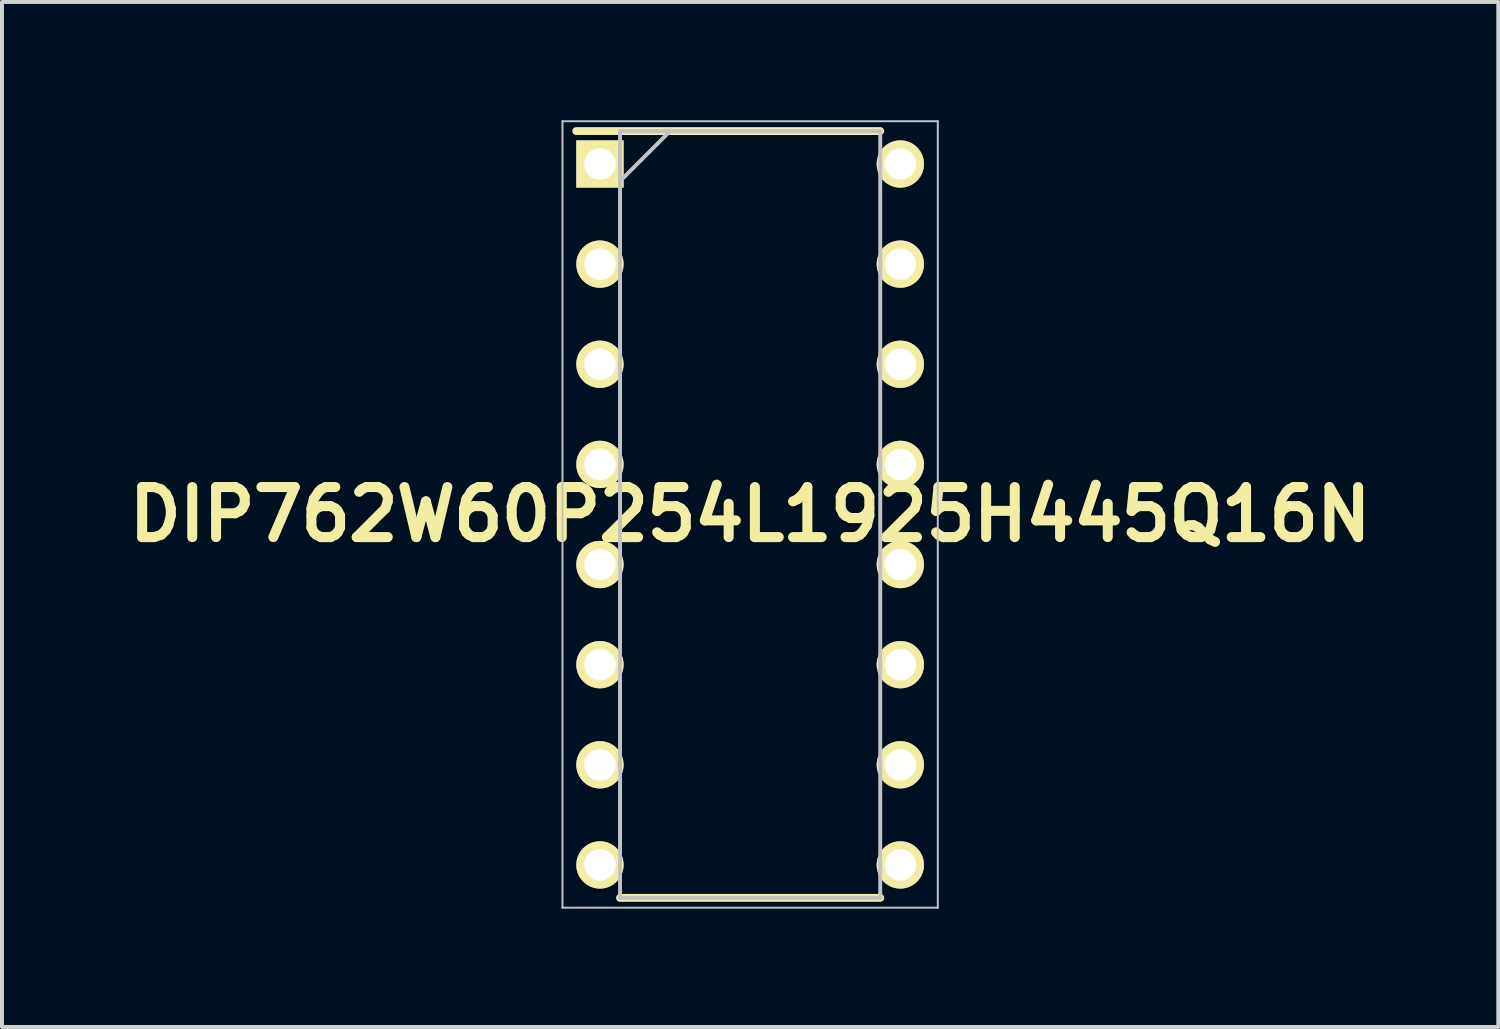
<source format=kicad_pcb>
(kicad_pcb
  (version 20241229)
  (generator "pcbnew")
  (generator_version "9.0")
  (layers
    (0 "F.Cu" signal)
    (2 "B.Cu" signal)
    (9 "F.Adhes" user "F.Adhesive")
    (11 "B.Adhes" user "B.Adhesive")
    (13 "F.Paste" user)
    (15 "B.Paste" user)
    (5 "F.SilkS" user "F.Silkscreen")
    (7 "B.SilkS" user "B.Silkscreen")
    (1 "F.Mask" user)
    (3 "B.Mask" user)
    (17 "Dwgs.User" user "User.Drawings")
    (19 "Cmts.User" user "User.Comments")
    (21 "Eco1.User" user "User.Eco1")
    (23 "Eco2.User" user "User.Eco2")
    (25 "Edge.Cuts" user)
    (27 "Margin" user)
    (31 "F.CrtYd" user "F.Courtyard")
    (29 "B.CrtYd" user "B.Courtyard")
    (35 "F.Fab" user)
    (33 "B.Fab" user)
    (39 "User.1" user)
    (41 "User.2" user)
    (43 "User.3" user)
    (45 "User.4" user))
  (footprint "DIP762W60P254L1925H445Q16N"
    (layer "F.Cu")
    (at 15.978 10)
    (property "Reference" "DIP762W60P254L1925H445Q16N" (at 0 0 0) (layer "F.SilkS") (effects (font (size 1.27 1.27) (thickness 0.254))))
    (attr through_hole)
    (fp_line (start -4.41 -9.725) (end 3.3 -9.725) (stroke (width 0.2) (type solid)) (layer "F.SilkS"))
    (fp_line (start -3.3 9.725) (end 3.3 9.725) (stroke (width 0.2) (type solid)) (layer "F.SilkS"))
    (fp_line (start -4.76 -9.975) (end 4.76 -9.975) (stroke (width 0.05) (type solid)) (layer "Dwgs.User"))
    (fp_line (start -4.76 9.975) (end -4.76 -9.975) (stroke (width 0.05) (type solid)) (layer "Dwgs.User"))
    (fp_line (start -3.3 -9.725) (end 3.3 -9.725) (stroke (width 0.1) (type solid)) (layer "Dwgs.User"))
    (fp_line (start -3.3 -8.455) (end -2.03 -9.725) (stroke (width 0.1) (type solid)) (layer "Dwgs.User"))
    (fp_line (start -3.3 9.725) (end -3.3 -9.725) (stroke (width 0.1) (type solid)) (layer "Dwgs.User"))
    (fp_line (start 3.3 -9.725) (end 3.3 9.725) (stroke (width 0.1) (type solid)) (layer "Dwgs.User"))
    (fp_line (start 3.3 9.725) (end -3.3 9.725) (stroke (width 0.1) (type solid)) (layer "Dwgs.User"))
    (fp_line (start 4.76 -9.975) (end 4.76 9.975) (stroke (width 0.05) (type solid)) (layer "Dwgs.User"))
    (fp_line (start 4.76 9.975) (end -4.76 9.975) (stroke (width 0.05) (type solid)) (layer "Dwgs.User"))
    (pad "1" thru_hole rect (at -3.81 -8.89 90) (size 1.2 1.2) (drill 0.8) (layers "*.Cu" "*.Mask" "F.SilkS"))
    (pad "2" thru_hole circle (at -3.81 -6.35 90) (size 1.2 1.2) (drill 0.8) (layers "*.Cu" "*.Mask" "F.SilkS"))
    (pad "3" thru_hole circle (at -3.81 -3.81 90) (size 1.2 1.2) (drill 0.8) (layers "*.Cu" "*.Mask" "F.SilkS"))
    (pad "4" thru_hole circle (at -3.81 -1.27 90) (size 1.2 1.2) (drill 0.8) (layers "*.Cu" "*.Mask" "F.SilkS"))
    (pad "5" thru_hole circle (at -3.81 1.27 90) (size 1.2 1.2) (drill 0.8) (layers "*.Cu" "*.Mask" "F.SilkS"))
    (pad "6" thru_hole circle (at -3.81 3.81 90) (size 1.2 1.2) (drill 0.8) (layers "*.Cu" "*.Mask" "F.SilkS"))
    (pad "7" thru_hole circle (at -3.81 6.35 90) (size 1.2 1.2) (drill 0.8) (layers "*.Cu" "*.Mask" "F.SilkS"))
    (pad "8" thru_hole circle (at -3.81 8.89 90) (size 1.2 1.2) (drill 0.8) (layers "*.Cu" "*.Mask" "F.SilkS"))
    (pad "9" thru_hole circle (at 3.81 8.89 90) (size 1.2 1.2) (drill 0.8) (layers "*.Cu" "*.Mask" "F.SilkS"))
    (pad "10" thru_hole circle (at 3.81 6.35 90) (size 1.2 1.2) (drill 0.8) (layers "*.Cu" "*.Mask" "F.SilkS"))
    (pad "11" thru_hole circle (at 3.81 3.81 90) (size 1.2 1.2) (drill 0.8) (layers "*.Cu" "*.Mask" "F.SilkS"))
    (pad "12" thru_hole circle (at 3.81 1.27 90) (size 1.2 1.2) (drill 0.8) (layers "*.Cu" "*.Mask" "F.SilkS"))
    (pad "13" thru_hole circle (at 3.81 -1.27 90) (size 1.2 1.2) (drill 0.8) (layers "*.Cu" "*.Mask" "F.SilkS"))
    (pad "14" thru_hole circle (at 3.81 -3.81 90) (size 1.2 1.2) (drill 0.8) (layers "*.Cu" "*.Mask" "F.SilkS"))
    (pad "15" thru_hole circle (at 3.81 -6.35 90) (size 1.2 1.2) (drill 0.8) (layers "*.Cu" "*.Mask" "F.SilkS"))
    (pad "16" thru_hole circle (at 3.81 -8.89 90) (size 1.2 1.2) (drill 0.8) (layers "*.Cu" "*.Mask" "F.SilkS")))
  (gr_rect
    (start -3 -3)
    (end 34.956 23)
    (stroke (width 0.1) (type default))
    (fill no)
    (layer "Edge.Cuts")))
</source>
